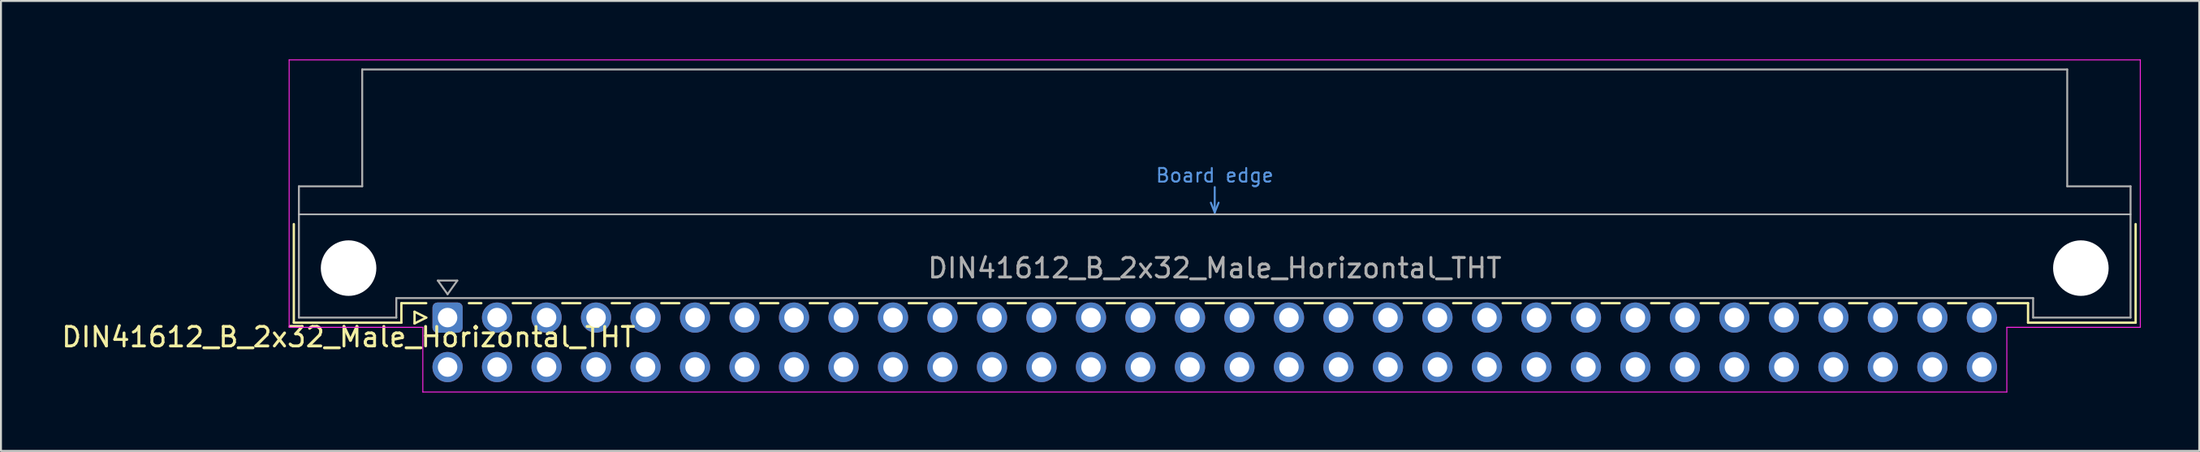
<source format=kicad_pcb>
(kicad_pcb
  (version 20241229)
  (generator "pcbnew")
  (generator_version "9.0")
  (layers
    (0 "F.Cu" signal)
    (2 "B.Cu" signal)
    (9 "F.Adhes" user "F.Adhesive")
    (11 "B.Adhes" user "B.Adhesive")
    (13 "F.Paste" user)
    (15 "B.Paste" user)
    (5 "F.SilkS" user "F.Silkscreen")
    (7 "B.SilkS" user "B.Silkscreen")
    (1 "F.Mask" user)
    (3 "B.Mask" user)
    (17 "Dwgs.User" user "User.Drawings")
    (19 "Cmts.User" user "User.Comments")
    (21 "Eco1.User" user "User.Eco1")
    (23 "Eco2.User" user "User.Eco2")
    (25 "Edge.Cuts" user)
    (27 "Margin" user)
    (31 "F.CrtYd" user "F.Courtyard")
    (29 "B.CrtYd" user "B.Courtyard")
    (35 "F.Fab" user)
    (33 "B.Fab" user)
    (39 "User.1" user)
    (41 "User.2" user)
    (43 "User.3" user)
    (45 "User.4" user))
  (footprint "DIN41612_B_2x32_Male_Horizontal_THT"
    (layer "F.Cu")
    (at 19.919 13.255)
    (property "Reference" "DIN41612_B_2x32_Male_Horizontal_THT" (at -5.08 1 0) (layer "F.SilkS") (effects (font (size 1 1) (thickness 0.15))))
    (attr through_hole)
    (fp_line (start -7.89 -4.8) (end -7.89 0.26) (stroke (width 0.12) (type solid)) (layer "F.SilkS"))
    (fp_line (start -7.89 0.26) (end -2.37 0.26) (stroke (width 0.12) (type solid)) (layer "F.SilkS"))
    (fp_line (start -2.37 -0.74) (end -1.095 -0.74) (stroke (width 0.12) (type solid)) (layer "F.SilkS"))
    (fp_line (start -2.37 0.26) (end -2.37 -0.74) (stroke (width 0.12) (type solid)) (layer "F.SilkS"))
    (fp_line (start -1.695 -0.3) (end -1.695 0.3) (stroke (width 0.12) (type solid)) (layer "F.SilkS"))
    (fp_line (start -1.695 0.3) (end -1.095 0) (stroke (width 0.12) (type solid)) (layer "F.SilkS"))
    (fp_line (start -1.095 0) (end -1.695 -0.3) (stroke (width 0.12) (type solid)) (layer "F.SilkS"))
    (fp_line (start 1.095 -0.74) (end 1.733 -0.74) (stroke (width 0.12) (type solid)) (layer "F.SilkS"))
    (fp_line (start 3.347 -0.74) (end 4.273 -0.74) (stroke (width 0.12) (type solid)) (layer "F.SilkS"))
    (fp_line (start 5.887 -0.74) (end 6.813 -0.74) (stroke (width 0.12) (type solid)) (layer "F.SilkS"))
    (fp_line (start 8.427 -0.74) (end 9.353 -0.74) (stroke (width 0.12) (type solid)) (layer "F.SilkS"))
    (fp_line (start 10.967 -0.74) (end 11.893 -0.74) (stroke (width 0.12) (type solid)) (layer "F.SilkS"))
    (fp_line (start 13.507 -0.74) (end 14.433 -0.74) (stroke (width 0.12) (type solid)) (layer "F.SilkS"))
    (fp_line (start 16.047 -0.74) (end 16.973 -0.74) (stroke (width 0.12) (type solid)) (layer "F.SilkS"))
    (fp_line (start 18.587 -0.74) (end 19.513 -0.74) (stroke (width 0.12) (type solid)) (layer "F.SilkS"))
    (fp_line (start 21.127 -0.74) (end 22.053 -0.74) (stroke (width 0.12) (type solid)) (layer "F.SilkS"))
    (fp_line (start 23.667 -0.74) (end 24.593 -0.74) (stroke (width 0.12) (type solid)) (layer "F.SilkS"))
    (fp_line (start 26.207 -0.74) (end 27.133 -0.74) (stroke (width 0.12) (type solid)) (layer "F.SilkS"))
    (fp_line (start 28.747 -0.74) (end 29.673 -0.74) (stroke (width 0.12) (type solid)) (layer "F.SilkS"))
    (fp_line (start 31.287 -0.74) (end 32.213 -0.74) (stroke (width 0.12) (type solid)) (layer "F.SilkS"))
    (fp_line (start 33.827 -0.74) (end 34.753 -0.74) (stroke (width 0.12) (type solid)) (layer "F.SilkS"))
    (fp_line (start 36.367 -0.74) (end 37.293 -0.74) (stroke (width 0.12) (type solid)) (layer "F.SilkS"))
    (fp_line (start 38.907 -0.74) (end 39.833 -0.74) (stroke (width 0.12) (type solid)) (layer "F.SilkS"))
    (fp_line (start 41.447 -0.74) (end 42.373 -0.74) (stroke (width 0.12) (type solid)) (layer "F.SilkS"))
    (fp_line (start 43.987 -0.74) (end 44.913 -0.74) (stroke (width 0.12) (type solid)) (layer "F.SilkS"))
    (fp_line (start 46.527 -0.74) (end 47.453 -0.74) (stroke (width 0.12) (type solid)) (layer "F.SilkS"))
    (fp_line (start 49.067 -0.74) (end 49.993 -0.74) (stroke (width 0.12) (type solid)) (layer "F.SilkS"))
    (fp_line (start 51.607 -0.74) (end 52.533 -0.74) (stroke (width 0.12) (type solid)) (layer "F.SilkS"))
    (fp_line (start 54.147 -0.74) (end 55.073 -0.74) (stroke (width 0.12) (type solid)) (layer "F.SilkS"))
    (fp_line (start 56.687 -0.74) (end 57.613 -0.74) (stroke (width 0.12) (type solid)) (layer "F.SilkS"))
    (fp_line (start 59.227 -0.74) (end 60.153 -0.74) (stroke (width 0.12) (type solid)) (layer "F.SilkS"))
    (fp_line (start 61.767 -0.74) (end 62.693 -0.74) (stroke (width 0.12) (type solid)) (layer "F.SilkS"))
    (fp_line (start 64.307 -0.74) (end 65.233 -0.74) (stroke (width 0.12) (type solid)) (layer "F.SilkS"))
    (fp_line (start 66.847 -0.74) (end 67.773 -0.74) (stroke (width 0.12) (type solid)) (layer "F.SilkS"))
    (fp_line (start 69.387 -0.74) (end 70.313 -0.74) (stroke (width 0.12) (type solid)) (layer "F.SilkS"))
    (fp_line (start 71.927 -0.74) (end 72.853 -0.74) (stroke (width 0.12) (type solid)) (layer "F.SilkS"))
    (fp_line (start 74.467 -0.74) (end 75.393 -0.74) (stroke (width 0.12) (type solid)) (layer "F.SilkS"))
    (fp_line (start 77.007 -0.74) (end 77.933 -0.74) (stroke (width 0.12) (type solid)) (layer "F.SilkS"))
    (fp_line (start 79.547 -0.74) (end 81.11 -0.74) (stroke (width 0.12) (type solid)) (layer "F.SilkS"))
    (fp_line (start 81.11 0.26) (end 81.11 -0.74) (stroke (width 0.12) (type solid)) (layer "F.SilkS"))
    (fp_line (start 86.63 -4.8) (end 86.63 0.26) (stroke (width 0.12) (type solid)) (layer "F.SilkS"))
    (fp_line (start 86.63 0.26) (end 81.11 0.26) (stroke (width 0.12) (type solid)) (layer "F.SilkS"))
    (fp_line (start -7.63 -5.3) (end 86.37 -5.3) (stroke (width 0.08) (type solid)) (layer "Dwgs.User"))
    (fp_line (start 39.17 -5.9) (end 39.37 -5.4) (stroke (width 0.1) (type solid)) (layer "Cmts.User"))
    (fp_line (start 39.37 -5.4) (end 39.37 -6.7) (stroke (width 0.1) (type solid)) (layer "Cmts.User"))
    (fp_line (start 39.37 -5.4) (end 39.57 -5.9) (stroke (width 0.1) (type solid)) (layer "Cmts.User"))
    (fp_line (start -8.13 -13.23) (end -8.13 0.5) (stroke (width 0.05) (type solid)) (layer "F.CrtYd"))
    (fp_line (start -8.13 0.5) (end -1.27 0.5) (stroke (width 0.05) (type solid)) (layer "F.CrtYd"))
    (fp_line (start -1.27 0.5) (end -1.27 3.82) (stroke (width 0.05) (type solid)) (layer "F.CrtYd"))
    (fp_line (start -1.27 3.82) (end 80.02 3.82) (stroke (width 0.05) (type solid)) (layer "F.CrtYd"))
    (fp_line (start 80.02 0.5) (end 86.87 0.5) (stroke (width 0.05) (type solid)) (layer "F.CrtYd"))
    (fp_line (start 80.02 3.82) (end 80.02 0.5) (stroke (width 0.05) (type solid)) (layer "F.CrtYd"))
    (fp_line (start 86.87 -13.23) (end -8.13 -13.23) (stroke (width 0.05) (type solid)) (layer "F.CrtYd"))
    (fp_line (start 86.87 0.5) (end 86.87 -13.23) (stroke (width 0.05) (type solid)) (layer "F.CrtYd"))
    (fp_line (start -7.63 -6.74) (end -7.63 0) (stroke (width 0.1) (type solid)) (layer "F.Fab"))
    (fp_line (start -7.63 0) (end -2.63 0) (stroke (width 0.1) (type solid)) (layer "F.Fab"))
    (fp_line (start -4.38 -12.74) (end -4.38 -6.74) (stroke (width 0.1) (type solid)) (layer "F.Fab"))
    (fp_line (start -4.38 -6.74) (end -7.63 -6.74) (stroke (width 0.1) (type solid)) (layer "F.Fab"))
    (fp_line (start -2.63 -1) (end 81.37 -1) (stroke (width 0.1) (type solid)) (layer "F.Fab"))
    (fp_line (start -2.63 0) (end -2.63 -1) (stroke (width 0.1) (type solid)) (layer "F.Fab"))
    (fp_line (start -0.5 -1.9) (end 0.5 -1.9) (stroke (width 0.1) (type solid)) (layer "F.Fab"))
    (fp_line (start 0 -1.2) (end -0.5 -1.9) (stroke (width 0.1) (type solid)) (layer "F.Fab"))
    (fp_line (start 0.5 -1.9) (end 0 -1.2) (stroke (width 0.1) (type solid)) (layer "F.Fab"))
    (fp_line (start 81.37 -1) (end 81.37 0) (stroke (width 0.1) (type solid)) (layer "F.Fab"))
    (fp_line (start 81.37 0) (end 86.37 0) (stroke (width 0.1) (type solid)) (layer "F.Fab"))
    (fp_line (start 83.12 -12.74) (end -4.38 -12.74) (stroke (width 0.1) (type solid)) (layer "F.Fab"))
    (fp_line (start 83.12 -6.74) (end 83.12 -12.74) (stroke (width 0.1) (type solid)) (layer "F.Fab"))
    (fp_line (start 86.37 -6.74) (end 83.12 -6.74) (stroke (width 0.1) (type solid)) (layer "F.Fab"))
    (fp_line (start 86.37 0) (end 86.37 -6.74) (stroke (width 0.1) (type solid)) (layer "F.Fab"))
    (fp_text user "Board edge" (at 39.37 -7.3 0) (layer "Cmts.User") (effects (font (size 0.7 0.7) (thickness 0.1))))
    (fp_text user "${REFERENCE}" (at 39.37 -2.54 0) (layer "F.Fab") (effects (font (size 1 1) (thickness 0.15))))
    (pad "" np_thru_hole circle (at -5.08 -2.54) (size 2.85 2.85) (drill 2.85) (layers "*.Cu" "*.Mask"))
    (pad "" np_thru_hole circle (at 83.82 -2.54) (size 2.85 2.85) (drill 2.85) (layers "*.Cu" "*.Mask"))
    (pad "a1" thru_hole roundrect (at 0 0) (size 1.55 1.55) (drill 1) (layers "*.Cu" "*.Mask") (roundrect_rratio 0.161))
    (pad "a2" thru_hole circle (at 2.54 0) (size 1.55 1.55) (drill 1) (layers "*.Cu" "*.Mask"))
    (pad "a3" thru_hole circle (at 5.08 0) (size 1.55 1.55) (drill 1) (layers "*.Cu" "*.Mask"))
    (pad "a4" thru_hole circle (at 7.62 0) (size 1.55 1.55) (drill 1) (layers "*.Cu" "*.Mask"))
    (pad "a5" thru_hole circle (at 10.16 0) (size 1.55 1.55) (drill 1) (layers "*.Cu" "*.Mask"))
    (pad "a6" thru_hole circle (at 12.7 0) (size 1.55 1.55) (drill 1) (layers "*.Cu" "*.Mask"))
    (pad "a7" thru_hole circle (at 15.24 0) (size 1.55 1.55) (drill 1) (layers "*.Cu" "*.Mask"))
    (pad "a8" thru_hole circle (at 17.78 0) (size 1.55 1.55) (drill 1) (layers "*.Cu" "*.Mask"))
    (pad "a9" thru_hole circle (at 20.32 0) (size 1.55 1.55) (drill 1) (layers "*.Cu" "*.Mask"))
    (pad "a10" thru_hole circle (at 22.86 0) (size 1.55 1.55) (drill 1) (layers "*.Cu" "*.Mask"))
    (pad "a11" thru_hole circle (at 25.4 0) (size 1.55 1.55) (drill 1) (layers "*.Cu" "*.Mask"))
    (pad "a12" thru_hole circle (at 27.94 0) (size 1.55 1.55) (drill 1) (layers "*.Cu" "*.Mask"))
    (pad "a13" thru_hole circle (at 30.48 0) (size 1.55 1.55) (drill 1) (layers "*.Cu" "*.Mask"))
    (pad "a14" thru_hole circle (at 33.02 0) (size 1.55 1.55) (drill 1) (layers "*.Cu" "*.Mask"))
    (pad "a15" thru_hole circle (at 35.56 0) (size 1.55 1.55) (drill 1) (layers "*.Cu" "*.Mask"))
    (pad "a16" thru_hole circle (at 38.1 0) (size 1.55 1.55) (drill 1) (layers "*.Cu" "*.Mask"))
    (pad "a17" thru_hole circle (at 40.64 0) (size 1.55 1.55) (drill 1) (layers "*.Cu" "*.Mask"))
    (pad "a18" thru_hole circle (at 43.18 0) (size 1.55 1.55) (drill 1) (layers "*.Cu" "*.Mask"))
    (pad "a19" thru_hole circle (at 45.72 0) (size 1.55 1.55) (drill 1) (layers "*.Cu" "*.Mask"))
    (pad "a20" thru_hole circle (at 48.26 0) (size 1.55 1.55) (drill 1) (layers "*.Cu" "*.Mask"))
    (pad "a21" thru_hole circle (at 50.8 0) (size 1.55 1.55) (drill 1) (layers "*.Cu" "*.Mask"))
    (pad "a22" thru_hole circle (at 53.34 0) (size 1.55 1.55) (drill 1) (layers "*.Cu" "*.Mask"))
    (pad "a23" thru_hole circle (at 55.88 0) (size 1.55 1.55) (drill 1) (layers "*.Cu" "*.Mask"))
    (pad "a24" thru_hole circle (at 58.42 0) (size 1.55 1.55) (drill 1) (layers "*.Cu" "*.Mask"))
    (pad "a25" thru_hole circle (at 60.96 0) (size 1.55 1.55) (drill 1) (layers "*.Cu" "*.Mask"))
    (pad "a26" thru_hole circle (at 63.5 0) (size 1.55 1.55) (drill 1) (layers "*.Cu" "*.Mask"))
    (pad "a27" thru_hole circle (at 66.04 0) (size 1.55 1.55) (drill 1) (layers "*.Cu" "*.Mask"))
    (pad "a28" thru_hole circle (at 68.58 0) (size 1.55 1.55) (drill 1) (layers "*.Cu" "*.Mask"))
    (pad "a29" thru_hole circle (at 71.12 0) (size 1.55 1.55) (drill 1) (layers "*.Cu" "*.Mask"))
    (pad "a30" thru_hole circle (at 73.66 0) (size 1.55 1.55) (drill 1) (layers "*.Cu" "*.Mask"))
    (pad "a31" thru_hole circle (at 76.2 0) (size 1.55 1.55) (drill 1) (layers "*.Cu" "*.Mask"))
    (pad "a32" thru_hole circle (at 78.74 0) (size 1.55 1.55) (drill 1) (layers "*.Cu" "*.Mask"))
    (pad "b1" thru_hole circle (at 0 2.54) (size 1.55 1.55) (drill 1) (layers "*.Cu" "*.Mask"))
    (pad "b2" thru_hole circle (at 2.54 2.54) (size 1.55 1.55) (drill 1) (layers "*.Cu" "*.Mask"))
    (pad "b3" thru_hole circle (at 5.08 2.54) (size 1.55 1.55) (drill 1) (layers "*.Cu" "*.Mask"))
    (pad "b4" thru_hole circle (at 7.62 2.54) (size 1.55 1.55) (drill 1) (layers "*.Cu" "*.Mask"))
    (pad "b5" thru_hole circle (at 10.16 2.54) (size 1.55 1.55) (drill 1) (layers "*.Cu" "*.Mask"))
    (pad "b6" thru_hole circle (at 12.7 2.54) (size 1.55 1.55) (drill 1) (layers "*.Cu" "*.Mask"))
    (pad "b7" thru_hole circle (at 15.24 2.54) (size 1.55 1.55) (drill 1) (layers "*.Cu" "*.Mask"))
    (pad "b8" thru_hole circle (at 17.78 2.54) (size 1.55 1.55) (drill 1) (layers "*.Cu" "*.Mask"))
    (pad "b9" thru_hole circle (at 20.32 2.54) (size 1.55 1.55) (drill 1) (layers "*.Cu" "*.Mask"))
    (pad "b10" thru_hole circle (at 22.86 2.54) (size 1.55 1.55) (drill 1) (layers "*.Cu" "*.Mask"))
    (pad "b11" thru_hole circle (at 25.4 2.54) (size 1.55 1.55) (drill 1) (layers "*.Cu" "*.Mask"))
    (pad "b12" thru_hole circle (at 27.94 2.54) (size 1.55 1.55) (drill 1) (layers "*.Cu" "*.Mask"))
    (pad "b13" thru_hole circle (at 30.48 2.54) (size 1.55 1.55) (drill 1) (layers "*.Cu" "*.Mask"))
    (pad "b14" thru_hole circle (at 33.02 2.54) (size 1.55 1.55) (drill 1) (layers "*.Cu" "*.Mask"))
    (pad "b15" thru_hole circle (at 35.56 2.54) (size 1.55 1.55) (drill 1) (layers "*.Cu" "*.Mask"))
    (pad "b16" thru_hole circle (at 38.1 2.54) (size 1.55 1.55) (drill 1) (layers "*.Cu" "*.Mask"))
    (pad "b17" thru_hole circle (at 40.64 2.54) (size 1.55 1.55) (drill 1) (layers "*.Cu" "*.Mask"))
    (pad "b18" thru_hole circle (at 43.18 2.54) (size 1.55 1.55) (drill 1) (layers "*.Cu" "*.Mask"))
    (pad "b19" thru_hole circle (at 45.72 2.54) (size 1.55 1.55) (drill 1) (layers "*.Cu" "*.Mask"))
    (pad "b20" thru_hole circle (at 48.26 2.54) (size 1.55 1.55) (drill 1) (layers "*.Cu" "*.Mask"))
    (pad "b21" thru_hole circle (at 50.8 2.54) (size 1.55 1.55) (drill 1) (layers "*.Cu" "*.Mask"))
    (pad "b22" thru_hole circle (at 53.34 2.54) (size 1.55 1.55) (drill 1) (layers "*.Cu" "*.Mask"))
    (pad "b23" thru_hole circle (at 55.88 2.54) (size 1.55 1.55) (drill 1) (layers "*.Cu" "*.Mask"))
    (pad "b24" thru_hole circle (at 58.42 2.54) (size 1.55 1.55) (drill 1) (layers "*.Cu" "*.Mask"))
    (pad "b25" thru_hole circle (at 60.96 2.54) (size 1.55 1.55) (drill 1) (layers "*.Cu" "*.Mask"))
    (pad "b26" thru_hole circle (at 63.5 2.54) (size 1.55 1.55) (drill 1) (layers "*.Cu" "*.Mask"))
    (pad "b27" thru_hole circle (at 66.04 2.54) (size 1.55 1.55) (drill 1) (layers "*.Cu" "*.Mask"))
    (pad "b28" thru_hole circle (at 68.58 2.54) (size 1.55 1.55) (drill 1) (layers "*.Cu" "*.Mask"))
    (pad "b29" thru_hole circle (at 71.12 2.54) (size 1.55 1.55) (drill 1) (layers "*.Cu" "*.Mask"))
    (pad "b30" thru_hole circle (at 73.66 2.54) (size 1.55 1.55) (drill 1) (layers "*.Cu" "*.Mask"))
    (pad "b31" thru_hole circle (at 76.2 2.54) (size 1.55 1.55) (drill 1) (layers "*.Cu" "*.Mask"))
    (pad "b32" thru_hole circle (at 78.74 2.54) (size 1.55 1.55) (drill 1) (layers "*.Cu" "*.Mask")))
  (gr_rect
    (start -3 -3)
    (end 109.814 20.1)
    (stroke (width 0.1) (type default))
    (fill no)
    (layer "Edge.Cuts")))
</source>
